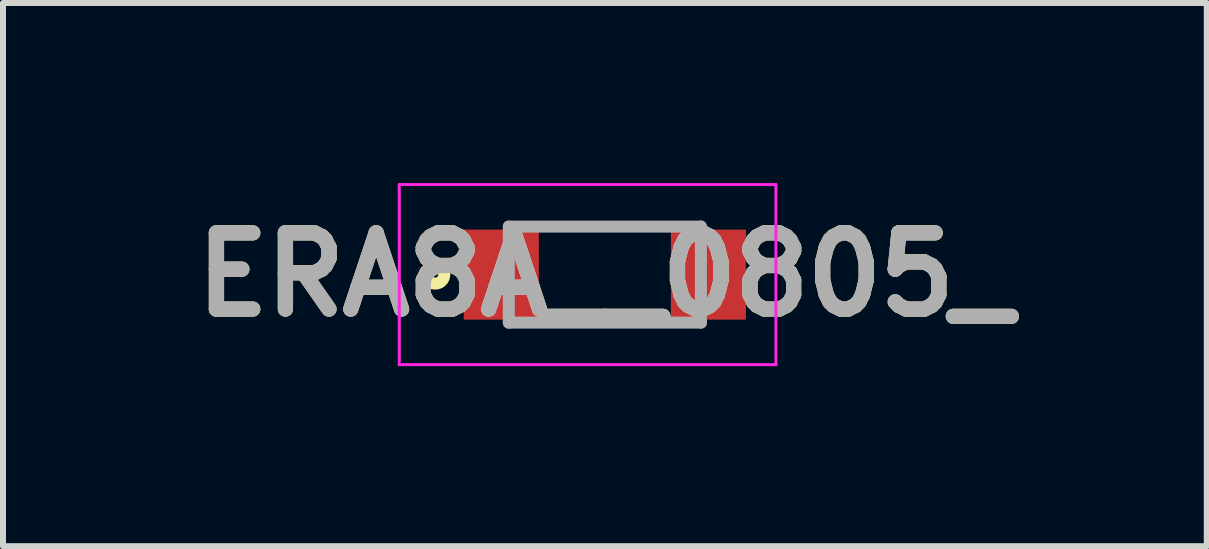
<source format=kicad_pcb>
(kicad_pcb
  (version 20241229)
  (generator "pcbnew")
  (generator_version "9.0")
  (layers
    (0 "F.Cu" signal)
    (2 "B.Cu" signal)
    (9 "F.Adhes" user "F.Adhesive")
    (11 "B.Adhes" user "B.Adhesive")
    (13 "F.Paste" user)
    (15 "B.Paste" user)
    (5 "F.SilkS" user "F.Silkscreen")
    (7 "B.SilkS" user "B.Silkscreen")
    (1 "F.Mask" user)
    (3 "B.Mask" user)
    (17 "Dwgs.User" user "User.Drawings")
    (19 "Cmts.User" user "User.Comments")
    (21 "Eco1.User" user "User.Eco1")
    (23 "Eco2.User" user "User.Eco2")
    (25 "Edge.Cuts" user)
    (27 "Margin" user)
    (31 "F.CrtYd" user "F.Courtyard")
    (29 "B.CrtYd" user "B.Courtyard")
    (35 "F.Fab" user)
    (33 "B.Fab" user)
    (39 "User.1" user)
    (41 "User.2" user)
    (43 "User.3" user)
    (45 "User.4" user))
  (footprint "ERA8A__0805_"
    (layer "F.Cu")
    (at 7.027 1.525)
    (property "Reference" "ERA8A__0805_" (at 0 0 0) (layer "F.SilkS") (effects (font (size 1.27 1.27) (thickness 0.254))))
    (attr smd)
    (fp_circle (center -2.825 0) (end -2.825 0.05) (stroke (width 0.2) (type solid)) (fill no) (layer "F.SilkS"))
    (fp_line (start -3.425 -1.5) (end 2.85 -1.5) (stroke (width 0.05) (type solid)) (layer "F.CrtYd"))
    (fp_line (start -3.425 1.5) (end -3.425 -1.5) (stroke (width 0.05) (type solid)) (layer "F.CrtYd"))
    (fp_line (start 2.85 -1.5) (end 2.85 1.5) (stroke (width 0.05) (type solid)) (layer "F.CrtYd"))
    (fp_line (start 2.85 1.5) (end -3.425 1.5) (stroke (width 0.05) (type solid)) (layer "F.CrtYd"))
    (fp_line (start -1.6 -0.8) (end 1.6 -0.8) (stroke (width 0.2) (type solid)) (layer "F.Fab"))
    (fp_line (start -1.6 0.8) (end -1.6 -0.8) (stroke (width 0.2) (type solid)) (layer "F.Fab"))
    (fp_line (start 1.6 -0.8) (end 1.6 0.8) (stroke (width 0.2) (type solid)) (layer "F.Fab"))
    (fp_line (start 1.6 0.8) (end -1.6 0.8) (stroke (width 0.2) (type solid)) (layer "F.Fab"))
    (fp_text user "${REFERENCE}" (at 0 0 0) (layer "F.Fab") (effects (font (size 1.27 1.27) (thickness 0.254))))
    (pad "1" smd rect (at -1.725 0) (size 1.25 1.5) (layers "F.Cu" "F.Mask" "F.Paste"))
    (pad "2" smd rect (at 1.725 0) (size 1.25 1.5) (layers "F.Cu" "F.Mask" "F.Paste")))
  (gr_rect
    (start -3 -3)
    (end 17.055 6.05)
    (stroke (width 0.1) (type default))
    (fill no)
    (layer "Edge.Cuts")))
</source>
